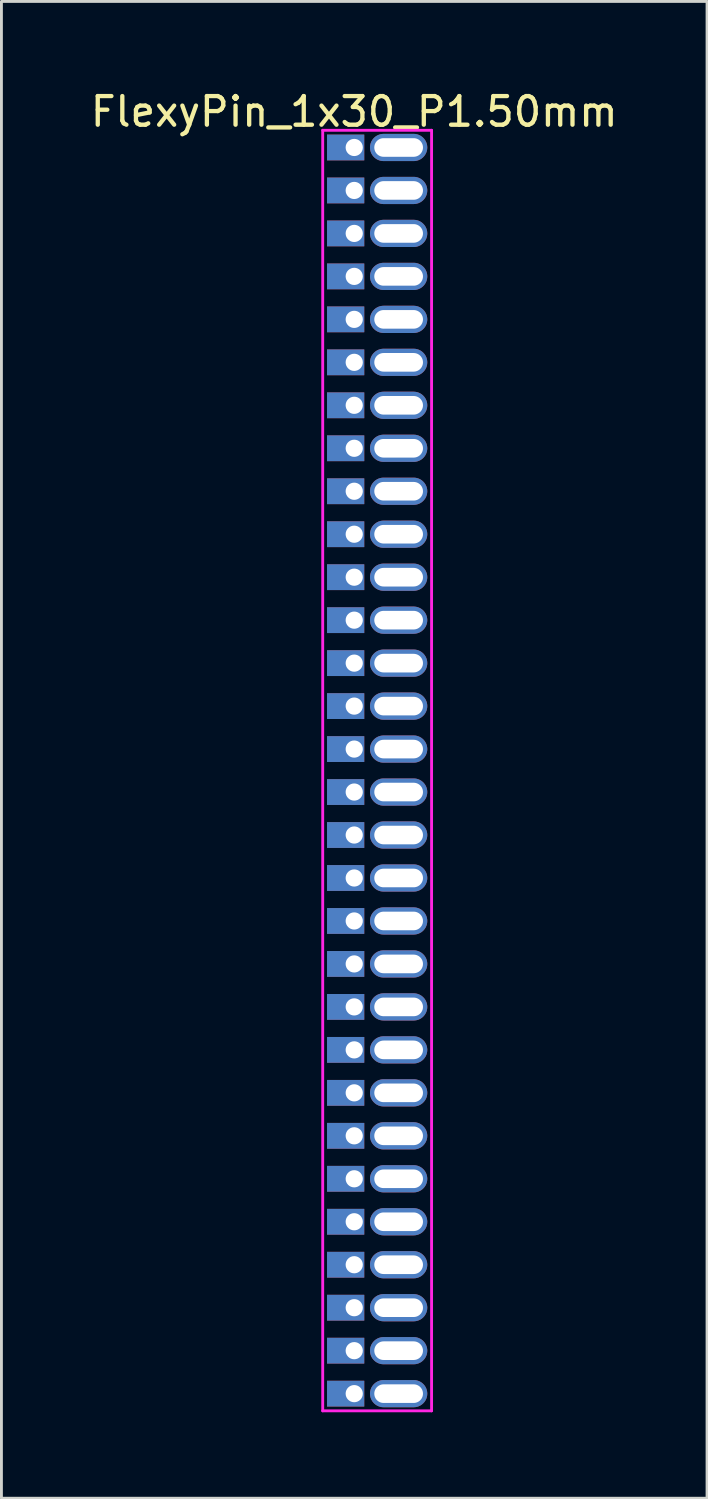
<source format=kicad_pcb>
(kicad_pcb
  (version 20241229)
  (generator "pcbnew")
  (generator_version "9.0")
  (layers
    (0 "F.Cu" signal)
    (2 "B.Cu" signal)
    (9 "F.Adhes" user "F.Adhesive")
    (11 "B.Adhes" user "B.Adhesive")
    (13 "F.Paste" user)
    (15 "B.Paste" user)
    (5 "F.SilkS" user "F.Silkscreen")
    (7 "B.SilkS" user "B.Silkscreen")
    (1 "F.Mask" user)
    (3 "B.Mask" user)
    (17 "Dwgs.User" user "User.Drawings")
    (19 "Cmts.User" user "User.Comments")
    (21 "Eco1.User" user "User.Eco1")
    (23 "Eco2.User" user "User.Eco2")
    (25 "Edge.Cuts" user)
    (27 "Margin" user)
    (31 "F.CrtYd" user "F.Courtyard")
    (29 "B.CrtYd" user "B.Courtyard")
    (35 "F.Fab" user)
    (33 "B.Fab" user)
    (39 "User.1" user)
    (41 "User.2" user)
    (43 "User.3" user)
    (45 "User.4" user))
  (footprint "FlexyPin_1x30_P1.50mm"
    (layer "F.Cu")
    (at 9.315 2.098)
    (property "Reference" "FlexyPin_1x30_P1.50mm" (at 0 -1.25 0) (layer "F.SilkS") (effects (font (size 1 1) (thickness 0.15))))
    (attr through_hole)
    (fp_line (start -1.1 -0.6) (end 2.7 -0.6) (stroke (width 0.1) (type solid)) (layer "F.CrtYd"))
    (fp_line (start -1.1 44.1) (end -1.1 -0.6) (stroke (width 0.1) (type solid)) (layer "F.CrtYd"))
    (fp_line (start 2.7 -0.6) (end 2.7 44.1) (stroke (width 0.1) (type solid)) (layer "F.CrtYd"))
    (fp_line (start 2.7 44.1) (end -1.1 44.1) (stroke (width 0.1) (type solid)) (layer "F.CrtYd"))
    (pad "" thru_hole oval (at 1.55 0) (size 2 0.95) (drill oval 1.7 0.65) (layers "*.Cu" "*.Mask"))
    (pad "" thru_hole oval (at 1.55 1.5) (size 2 0.95) (drill oval 1.7 0.65) (layers "*.Cu" "*.Mask"))
    (pad "" thru_hole oval (at 1.55 3) (size 2 0.95) (drill oval 1.7 0.65) (layers "*.Cu" "*.Mask"))
    (pad "" thru_hole oval (at 1.55 4.5) (size 2 0.95) (drill oval 1.7 0.65) (layers "*.Cu" "*.Mask"))
    (pad "" thru_hole oval (at 1.55 6) (size 2 0.95) (drill oval 1.7 0.65) (layers "*.Cu" "*.Mask"))
    (pad "" thru_hole oval (at 1.55 7.5) (size 2 0.95) (drill oval 1.7 0.65) (layers "*.Cu" "*.Mask"))
    (pad "" thru_hole oval (at 1.55 9) (size 2 0.95) (drill oval 1.7 0.65) (layers "*.Cu" "*.Mask"))
    (pad "" thru_hole oval (at 1.55 10.5) (size 2 0.95) (drill oval 1.7 0.65) (layers "*.Cu" "*.Mask"))
    (pad "" thru_hole oval (at 1.55 12) (size 2 0.95) (drill oval 1.7 0.65) (layers "*.Cu" "*.Mask"))
    (pad "" thru_hole oval (at 1.55 13.5) (size 2 0.95) (drill oval 1.7 0.65) (layers "*.Cu" "*.Mask"))
    (pad "" thru_hole oval (at 1.55 15) (size 2 0.95) (drill oval 1.7 0.65) (layers "*.Cu" "*.Mask"))
    (pad "" thru_hole oval (at 1.55 16.5) (size 2 0.95) (drill oval 1.7 0.65) (layers "*.Cu" "*.Mask"))
    (pad "" thru_hole oval (at 1.55 18) (size 2 0.95) (drill oval 1.7 0.65) (layers "*.Cu" "*.Mask"))
    (pad "" thru_hole oval (at 1.55 19.5) (size 2 0.95) (drill oval 1.7 0.65) (layers "*.Cu" "*.Mask"))
    (pad "" thru_hole oval (at 1.55 21) (size 2 0.95) (drill oval 1.7 0.65) (layers "*.Cu" "*.Mask"))
    (pad "" thru_hole oval (at 1.55 22.5) (size 2 0.95) (drill oval 1.7 0.65) (layers "*.Cu" "*.Mask"))
    (pad "" thru_hole oval (at 1.55 24) (size 2 0.95) (drill oval 1.7 0.65) (layers "*.Cu" "*.Mask"))
    (pad "" thru_hole oval (at 1.55 25.5) (size 2 0.95) (drill oval 1.7 0.65) (layers "*.Cu" "*.Mask"))
    (pad "" thru_hole oval (at 1.55 27) (size 2 0.95) (drill oval 1.7 0.65) (layers "*.Cu" "*.Mask"))
    (pad "" thru_hole oval (at 1.55 28.5) (size 2 0.95) (drill oval 1.7 0.65) (layers "*.Cu" "*.Mask"))
    (pad "" thru_hole oval (at 1.55 30) (size 2 0.95) (drill oval 1.7 0.65) (layers "*.Cu" "*.Mask"))
    (pad "" thru_hole oval (at 1.55 31.5) (size 2 0.95) (drill oval 1.7 0.65) (layers "*.Cu" "*.Mask"))
    (pad "" thru_hole oval (at 1.55 33) (size 2 0.95) (drill oval 1.7 0.65) (layers "*.Cu" "*.Mask"))
    (pad "" thru_hole oval (at 1.55 34.5) (size 2 0.95) (drill oval 1.7 0.65) (layers "*.Cu" "*.Mask"))
    (pad "" thru_hole oval (at 1.55 36) (size 2 0.95) (drill oval 1.7 0.65) (layers "*.Cu" "*.Mask"))
    (pad "" thru_hole oval (at 1.55 37.5) (size 2 0.95) (drill oval 1.7 0.65) (layers "*.Cu" "*.Mask"))
    (pad "" thru_hole oval (at 1.55 39) (size 2 0.95) (drill oval 1.7 0.65) (layers "*.Cu" "*.Mask"))
    (pad "" thru_hole oval (at 1.55 40.5) (size 2 0.95) (drill oval 1.7 0.65) (layers "*.Cu" "*.Mask"))
    (pad "" thru_hole oval (at 1.55 42) (size 2 0.95) (drill oval 1.7 0.65) (layers "*.Cu" "*.Mask"))
    (pad "" thru_hole oval (at 1.55 43.5) (size 2 0.95) (drill oval 1.7 0.65) (layers "*.Cu" "*.Mask"))
    (pad "1" thru_hole rect (at 0 0) (size 1.3 0.9) (drill 0.6 (offset -0.3 0)) (layers "*.Cu" "*.Mask"))
    (pad "2" thru_hole rect (at 0 1.5) (size 1.3 0.9) (drill 0.6 (offset -0.3 0)) (layers "*.Cu" "*.Mask"))
    (pad "3" thru_hole rect (at 0 3) (size 1.3 0.9) (drill 0.6 (offset -0.3 0)) (layers "*.Cu" "*.Mask"))
    (pad "4" thru_hole rect (at 0 4.5) (size 1.3 0.9) (drill 0.6 (offset -0.3 0)) (layers "*.Cu" "*.Mask"))
    (pad "5" thru_hole rect (at 0 6) (size 1.3 0.9) (drill 0.6 (offset -0.3 0)) (layers "*.Cu" "*.Mask"))
    (pad "6" thru_hole rect (at 0 7.5) (size 1.3 0.9) (drill 0.6 (offset -0.3 0)) (layers "*.Cu" "*.Mask"))
    (pad "7" thru_hole rect (at 0 9) (size 1.3 0.9) (drill 0.6 (offset -0.3 0)) (layers "*.Cu" "*.Mask"))
    (pad "8" thru_hole rect (at 0 10.5) (size 1.3 0.9) (drill 0.6 (offset -0.3 0)) (layers "*.Cu" "*.Mask"))
    (pad "9" thru_hole rect (at 0 12) (size 1.3 0.9) (drill 0.6 (offset -0.3 0)) (layers "*.Cu" "*.Mask"))
    (pad "10" thru_hole rect (at 0 13.5) (size 1.3 0.9) (drill 0.6 (offset -0.3 0)) (layers "*.Cu" "*.Mask"))
    (pad "11" thru_hole rect (at 0 15) (size 1.3 0.9) (drill 0.6 (offset -0.3 0)) (layers "*.Cu" "*.Mask"))
    (pad "12" thru_hole rect (at 0 16.5) (size 1.3 0.9) (drill 0.6 (offset -0.3 0)) (layers "*.Cu" "*.Mask"))
    (pad "13" thru_hole rect (at 0 18) (size 1.3 0.9) (drill 0.6 (offset -0.3 0)) (layers "*.Cu" "*.Mask"))
    (pad "14" thru_hole rect (at 0 19.5) (size 1.3 0.9) (drill 0.6 (offset -0.3 0)) (layers "*.Cu" "*.Mask"))
    (pad "15" thru_hole rect (at 0 21) (size 1.3 0.9) (drill 0.6 (offset -0.3 0)) (layers "*.Cu" "*.Mask"))
    (pad "16" thru_hole rect (at 0 22.5) (size 1.3 0.9) (drill 0.6 (offset -0.3 0)) (layers "*.Cu" "*.Mask"))
    (pad "17" thru_hole rect (at 0 24) (size 1.3 0.9) (drill 0.6 (offset -0.3 0)) (layers "*.Cu" "*.Mask"))
    (pad "18" thru_hole rect (at 0 25.5) (size 1.3 0.9) (drill 0.6 (offset -0.3 0)) (layers "*.Cu" "*.Mask"))
    (pad "19" thru_hole rect (at 0 27) (size 1.3 0.9) (drill 0.6 (offset -0.3 0)) (layers "*.Cu" "*.Mask"))
    (pad "20" thru_hole rect (at 0 28.5) (size 1.3 0.9) (drill 0.6 (offset -0.3 0)) (layers "*.Cu" "*.Mask"))
    (pad "21" thru_hole rect (at 0 30) (size 1.3 0.9) (drill 0.6 (offset -0.3 0)) (layers "*.Cu" "*.Mask"))
    (pad "22" thru_hole rect (at 0 31.5) (size 1.3 0.9) (drill 0.6 (offset -0.3 0)) (layers "*.Cu" "*.Mask"))
    (pad "23" thru_hole rect (at 0 33) (size 1.3 0.9) (drill 0.6 (offset -0.3 0)) (layers "*.Cu" "*.Mask"))
    (pad "24" thru_hole rect (at 0 34.5) (size 1.3 0.9) (drill 0.6 (offset -0.3 0)) (layers "*.Cu" "*.Mask"))
    (pad "25" thru_hole rect (at 0 36) (size 1.3 0.9) (drill 0.6 (offset -0.3 0)) (layers "*.Cu" "*.Mask"))
    (pad "26" thru_hole rect (at 0 37.5) (size 1.3 0.9) (drill 0.6 (offset -0.3 0)) (layers "*.Cu" "*.Mask"))
    (pad "27" thru_hole rect (at 0 39) (size 1.3 0.9) (drill 0.6 (offset -0.3 0)) (layers "*.Cu" "*.Mask"))
    (pad "28" thru_hole rect (at 0 40.5) (size 1.3 0.9) (drill 0.6 (offset -0.3 0)) (layers "*.Cu" "*.Mask"))
    (pad "29" thru_hole rect (at 0 42) (size 1.3 0.9) (drill 0.6 (offset -0.3 0)) (layers "*.Cu" "*.Mask"))
    (pad "30" thru_hole rect (at 0 43.5) (size 1.3 0.9) (drill 0.6 (offset -0.3 0)) (layers "*.Cu" "*.Mask")))
  (gr_rect
    (start -3 -3)
    (end 21.631 49.248)
    (stroke (width 0.1) (type default))
    (fill no)
    (layer "Edge.Cuts")))
</source>
